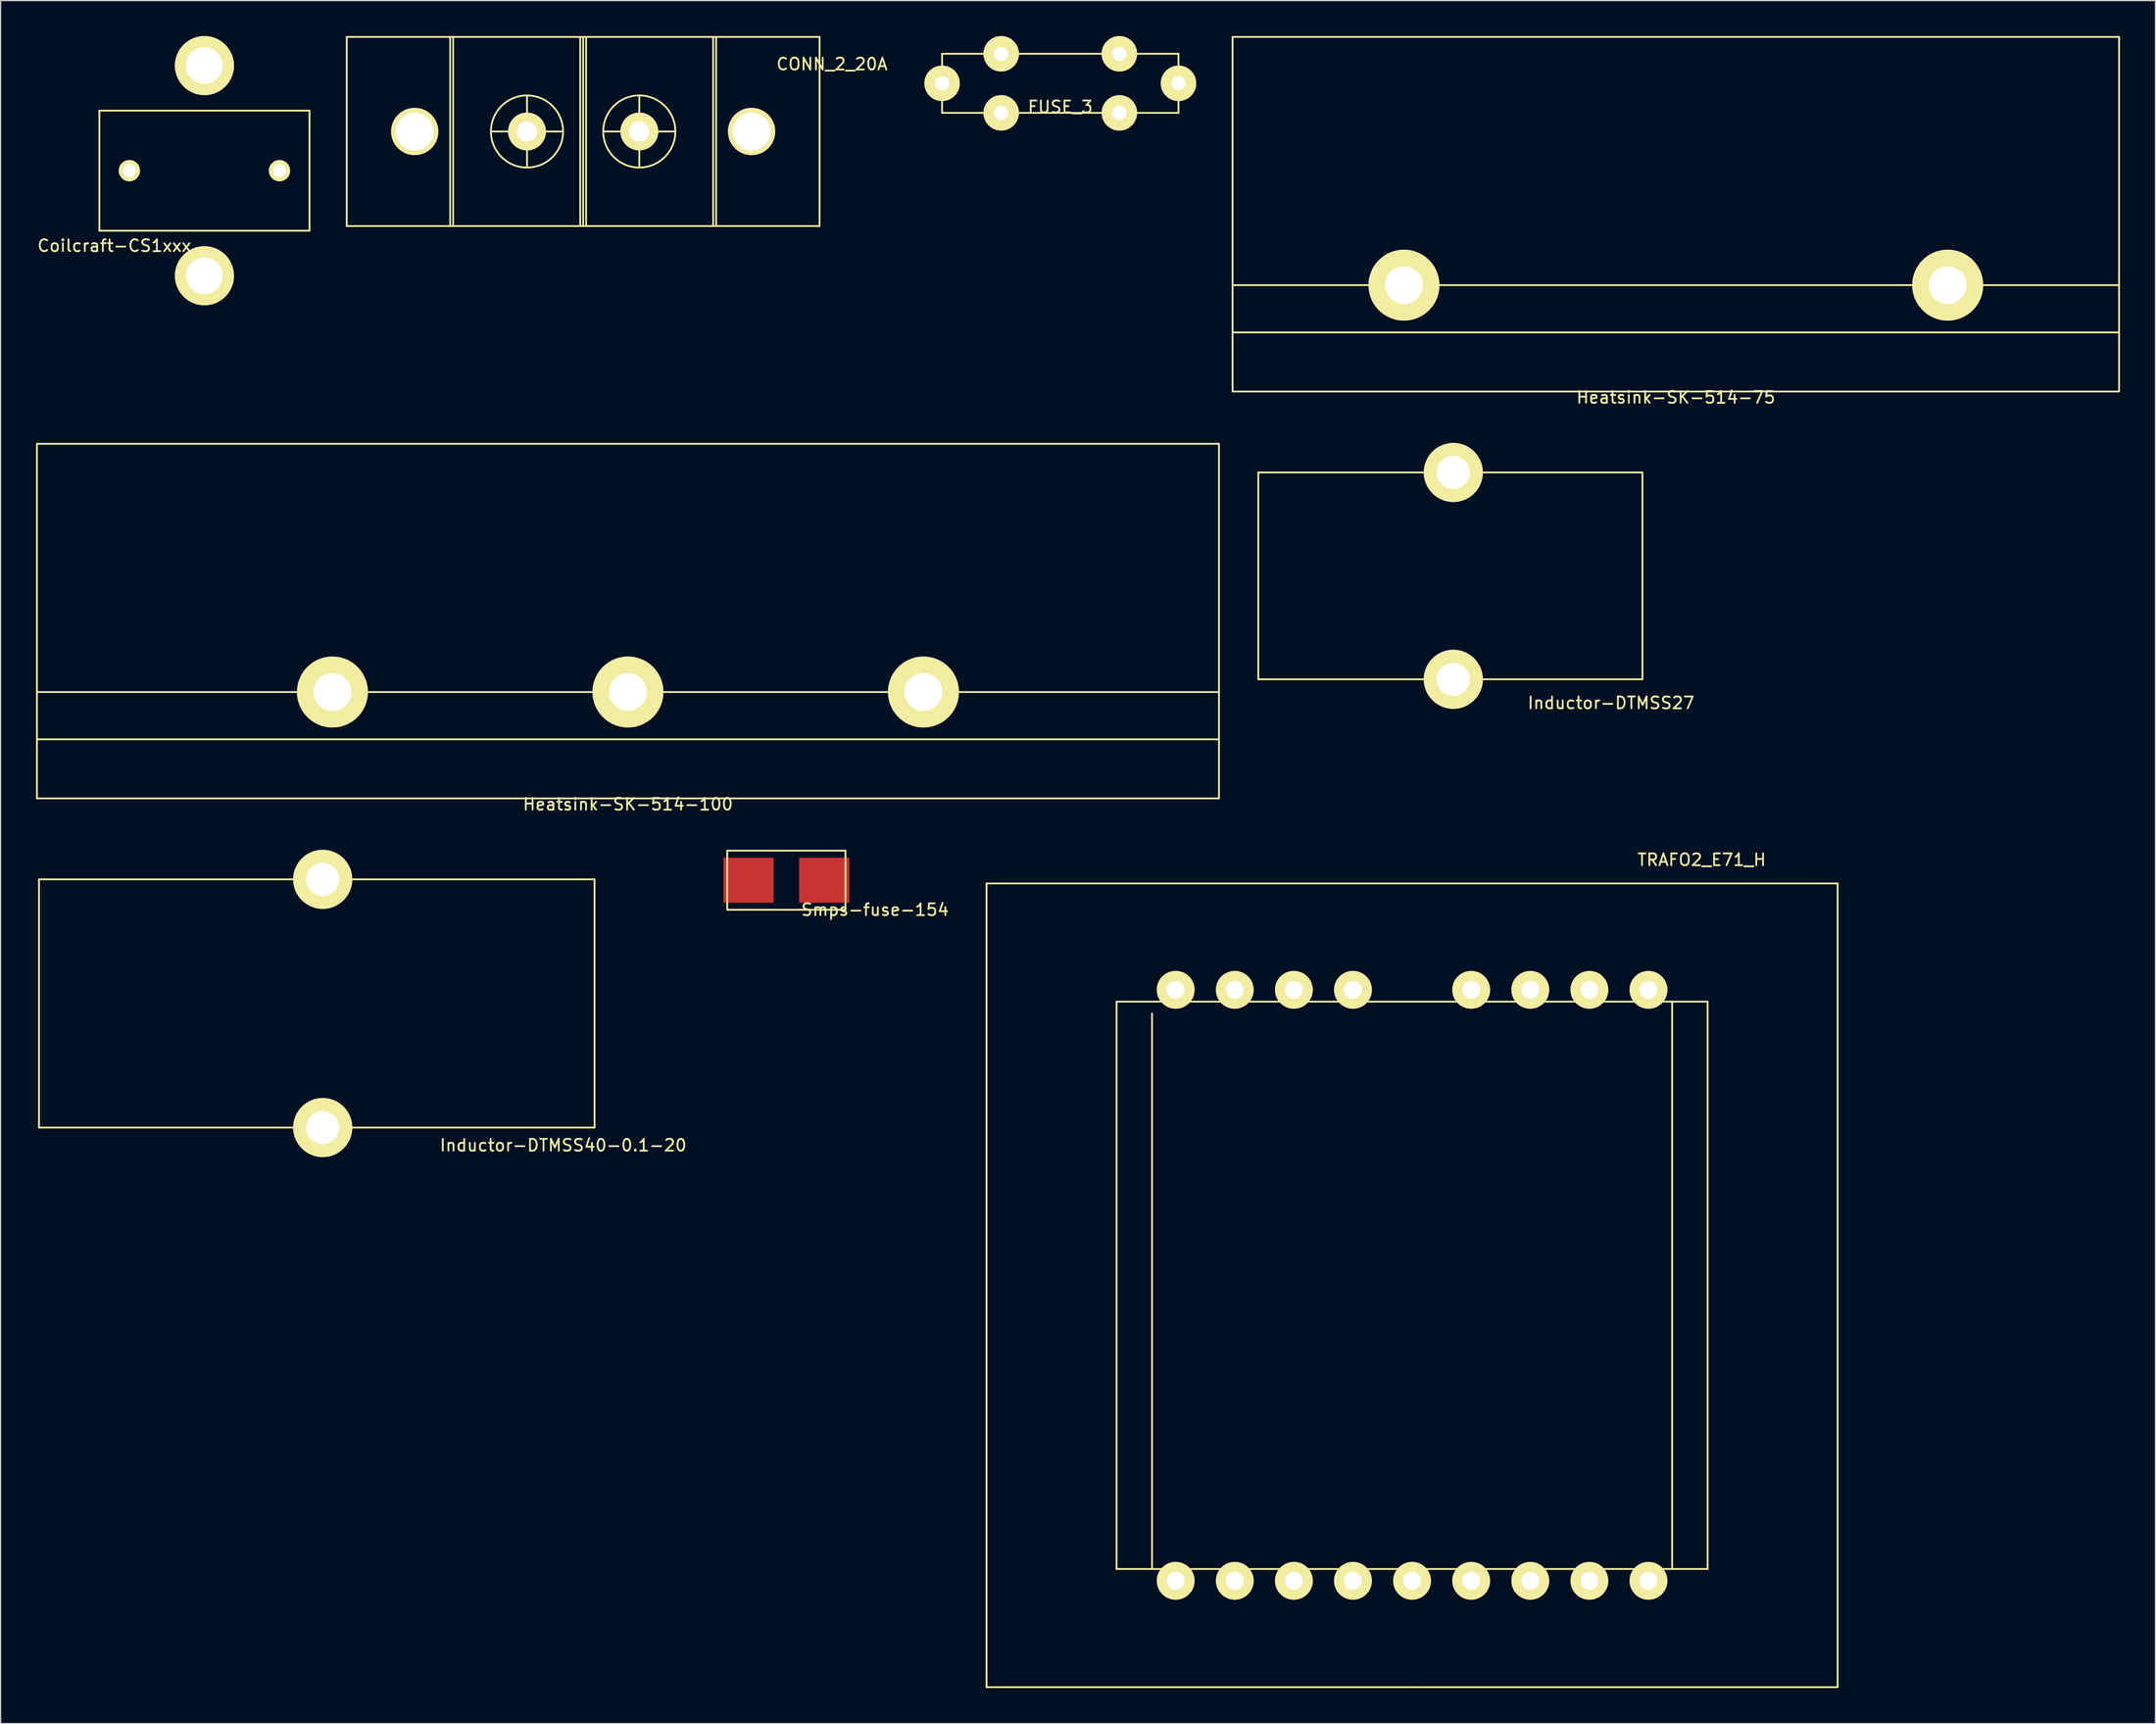
<source format=kicad_pcb>
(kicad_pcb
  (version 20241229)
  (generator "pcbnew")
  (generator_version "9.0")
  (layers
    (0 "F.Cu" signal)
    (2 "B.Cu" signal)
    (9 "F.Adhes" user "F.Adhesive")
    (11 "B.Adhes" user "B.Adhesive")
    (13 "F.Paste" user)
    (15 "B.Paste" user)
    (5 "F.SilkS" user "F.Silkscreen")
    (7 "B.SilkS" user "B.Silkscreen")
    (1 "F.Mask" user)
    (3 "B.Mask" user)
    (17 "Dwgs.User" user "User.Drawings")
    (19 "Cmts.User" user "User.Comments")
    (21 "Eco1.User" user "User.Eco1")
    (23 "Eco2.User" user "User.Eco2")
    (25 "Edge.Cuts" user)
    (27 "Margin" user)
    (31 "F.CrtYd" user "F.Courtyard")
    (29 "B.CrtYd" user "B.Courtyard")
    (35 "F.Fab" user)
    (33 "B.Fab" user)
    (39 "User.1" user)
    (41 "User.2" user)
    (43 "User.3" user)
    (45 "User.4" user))
  (footprint "TRAFO2_E71_H"
    (layer "F.Cu")
    (at 116.412 105.695)
    (property "Reference" "TRAFO2_E71_H" (at 24.5 -36 0) (layer "F.SilkS") (effects (font (size 1 1) (thickness 0.15))))
    (attr through_hole)
    (fp_line (start -36 -34) (end 36 -34) (stroke (width 0.15) (type solid)) (layer "F.SilkS"))
    (fp_line (start -36 34) (end -36 -34) (stroke (width 0.15) (type solid)) (layer "F.SilkS"))
    (fp_line (start -35 34) (end -36 34) (stroke (width 0.15) (type solid)) (layer "F.SilkS"))
    (fp_line (start -25 -24) (end -25 24) (stroke (width 0.15) (type solid)) (layer "F.SilkS"))
    (fp_line (start -25 24) (end 25 24) (stroke (width 0.15) (type solid)) (layer "F.SilkS"))
    (fp_line (start -22 -23) (end -22 24) (stroke (width 0.15) (type solid)) (layer "F.SilkS"))
    (fp_line (start 0 34) (end -35 34) (stroke (width 0.15) (type solid)) (layer "F.SilkS"))
    (fp_line (start 22 -24) (end 22 24) (stroke (width 0.15) (type solid)) (layer "F.SilkS"))
    (fp_line (start 25 -24) (end -25 -24) (stroke (width 0.15) (type solid)) (layer "F.SilkS"))
    (fp_line (start 25 24) (end 25 -24) (stroke (width 0.15) (type solid)) (layer "F.SilkS"))
    (fp_line (start 36 -34) (end 36 34) (stroke (width 0.15) (type solid)) (layer "F.SilkS"))
    (fp_line (start 36 34) (end 0 34) (stroke (width 0.15) (type solid)) (layer "F.SilkS"))
    (pad "1" thru_hole circle (at 10 25) (size 3.2 3.2) (drill 1.5) (layers "*.Cu" "*.Mask" "F.SilkS"))
    (pad "1" thru_hole circle (at 15 25) (size 3.2 3.2) (drill 1.5) (layers "*.Cu" "*.Mask" "F.SilkS"))
    (pad "1" thru_hole circle (at 20 25) (size 3.2 3.2) (drill 1.5) (layers "*.Cu" "*.Mask" "F.SilkS"))
    (pad "2" thru_hole circle (at -5 25) (size 3.2 3.2) (drill 1.5) (layers "*.Cu" "*.Mask" "F.SilkS"))
    (pad "2" thru_hole circle (at 0 25) (size 3.2 3.2) (drill 1.5) (layers "*.Cu" "*.Mask" "F.SilkS"))
    (pad "2" thru_hole circle (at 5 25) (size 3.2 3.2) (drill 1.5) (layers "*.Cu" "*.Mask" "F.SilkS"))
    (pad "3" thru_hole circle (at -20 25) (size 3.2 3.2) (drill 1.5) (layers "*.Cu" "*.Mask" "F.SilkS"))
    (pad "3" thru_hole circle (at -15 25) (size 3.2 3.2) (drill 1.5) (layers "*.Cu" "*.Mask" "F.SilkS"))
    (pad "3" thru_hole circle (at -10 25) (size 3.2 3.2) (drill 1.5) (layers "*.Cu" "*.Mask" "F.SilkS"))
    (pad "4" thru_hole circle (at -20 -25) (size 3.2 3.2) (drill 1.5) (layers "*.Cu" "*.Mask" "F.SilkS"))
    (pad "4" thru_hole circle (at -15 -25) (size 3.2 3.2) (drill 1.5) (layers "*.Cu" "*.Mask" "F.SilkS"))
    (pad "4" thru_hole circle (at -10 -25) (size 3.2 3.2) (drill 1.5) (layers "*.Cu" "*.Mask" "F.SilkS"))
    (pad "4" thru_hole circle (at -5 -25) (size 3.2 3.2) (drill 1.5) (layers "*.Cu" "*.Mask" "F.SilkS"))
    (pad "5" thru_hole circle (at 5 -25) (size 3.2 3.2) (drill 1.5) (layers "*.Cu" "*.Mask" "F.SilkS"))
    (pad "5" thru_hole circle (at 10 -25) (size 3.2 3.2) (drill 1.5) (layers "*.Cu" "*.Mask" "F.SilkS"))
    (pad "5" thru_hole circle (at 15 -25) (size 3.2 3.2) (drill 1.5) (layers "*.Cu" "*.Mask" "F.SilkS"))
    (pad "5" thru_hole circle (at 20 -25) (size 3.2 3.2) (drill 1.5) (layers "*.Cu" "*.Mask" "F.SilkS")))
  (footprint "Heatsink-SK-514-100"
    (layer "F.Cu")
    (at 50.075 64.498)
    (property "Reference" "Heatsink-SK-514-100" (at 0 0.5 0) (layer "F.SilkS") (effects (font (size 1 1) (thickness 0.15))))
    (attr through_hole)
    (fp_line (start -50 -30) (end -50 0) (stroke (width 0.15) (type solid)) (layer "F.SilkS"))
    (fp_line (start -50 -9) (end 50 -9) (stroke (width 0.15) (type solid)) (layer "F.SilkS"))
    (fp_line (start -50 -5) (end 50 -5) (stroke (width 0.15) (type solid)) (layer "F.SilkS"))
    (fp_line (start -50 0) (end 50 0) (stroke (width 0.15) (type solid)) (layer "F.SilkS"))
    (fp_line (start 50 -30) (end -50 -30) (stroke (width 0.15) (type solid)) (layer "F.SilkS"))
    (fp_line (start 50 0) (end 50 -30) (stroke (width 0.15) (type solid)) (layer "F.SilkS"))
    (pad "1" thru_hole circle (at 25 -9) (size 6 6) (drill 3.2) (layers "*.Cu" "*.Mask" "F.SilkS"))
    (pad "2" thru_hole circle (at 0 -9) (size 6 6) (drill 3.2) (layers "*.Cu" "*.Mask" "F.SilkS"))
    (pad "3" thru_hole circle (at -25 -9) (size 6 6) (drill 3.2) (layers "*.Cu" "*.Mask" "F.SilkS")))
  (footprint "Coilcraft-CS1xxx"
    (layer "F.Cu")
    (at 14.245 11.39)
    (property "Reference" "Coilcraft-CS1xxx" (at -7.62 6.35 0) (layer "F.SilkS") (effects (font (size 1 1) (thickness 0.15))))
    (attr through_hole)
    (fp_line (start -8.89 -5.08) (end -8.89 5.08) (stroke (width 0.15) (type solid)) (layer "F.SilkS"))
    (fp_line (start -8.89 5.08) (end 8.89 5.08) (stroke (width 0.15) (type solid)) (layer "F.SilkS"))
    (fp_line (start 8.89 -5.08) (end -8.89 -5.08) (stroke (width 0.15) (type solid)) (layer "F.SilkS"))
    (fp_line (start 8.89 0) (end 8.89 -5.08) (stroke (width 0.15) (type solid)) (layer "F.SilkS"))
    (fp_line (start 8.89 5.08) (end 8.89 0) (stroke (width 0.15) (type solid)) (layer "F.SilkS"))
    (pad "1" thru_hole circle (at 0 -8.89) (size 5 5) (drill 3.1) (layers "*.Cu" "*.Mask" "F.SilkS"))
    (pad "2" thru_hole circle (at 0 8.89) (size 5 5) (drill 3.1) (layers "*.Cu" "*.Mask" "F.SilkS"))
    (pad "3" thru_hole circle (at -6.35 0) (size 1.8 1.8) (drill 1.1) (layers "*.Cu" "*.Mask" "F.SilkS"))
    (pad "4" thru_hole circle (at 6.35 0) (size 1.8 1.8) (drill 1.1) (layers "*.Cu" "*.Mask" "F.SilkS")))
  (footprint "CONN_2_20A"
    (layer "F.Cu")
    (at 46.285 8.075)
    (property "Reference" "CONN_2_20A" (at 21.05 -5.7 0) (layer "F.SilkS") (effects (font (size 1 1) (thickness 0.15))))
    (attr through_hole)
    (fp_line (start -20 -8) (end -20 8) (stroke (width 0.15) (type solid)) (layer "F.SilkS"))
    (fp_line (start -20 8) (end 20 8) (stroke (width 0.15) (type solid)) (layer "F.SilkS"))
    (fp_line (start -11.25 -8) (end -11.25 8) (stroke (width 0.15) (type solid)) (layer "F.SilkS"))
    (fp_line (start -11 -8) (end -11 8) (stroke (width 0.15) (type solid)) (layer "F.SilkS"))
    (fp_line (start -7.75 0) (end -1.75 0) (stroke (width 0.15) (type solid)) (layer "F.SilkS"))
    (fp_line (start -4.75 -3) (end -4.75 3) (stroke (width 0.15) (type solid)) (layer "F.SilkS"))
    (fp_line (start -0.25 -8) (end -0.25 8) (stroke (width 0.15) (type solid)) (layer "F.SilkS"))
    (fp_line (start 0 8) (end 0 -8) (stroke (width 0.15) (type solid)) (layer "F.SilkS"))
    (fp_line (start 0.25 8) (end 0.25 -8) (stroke (width 0.15) (type solid)) (layer "F.SilkS"))
    (fp_line (start 1.75 0) (end 7.75 0) (stroke (width 0.15) (type solid)) (layer "F.SilkS"))
    (fp_line (start 4.75 -3) (end 4.75 3) (stroke (width 0.15) (type solid)) (layer "F.SilkS"))
    (fp_line (start 11 -7.75) (end 11 -8) (stroke (width 0.15) (type solid)) (layer "F.SilkS"))
    (fp_line (start 11 -7.75) (end 11 8) (stroke (width 0.15) (type solid)) (layer "F.SilkS"))
    (fp_line (start 11.25 8) (end 11.25 -8) (stroke (width 0.15) (type solid)) (layer "F.SilkS"))
    (fp_line (start 20 -8) (end -20 -8) (stroke (width 0.15) (type solid)) (layer "F.SilkS"))
    (fp_line (start 20 8) (end 20 -8) (stroke (width 0.15) (type solid)) (layer "F.SilkS"))
    (fp_circle (center -4.75 0) (end -3 2.5) (stroke (width 0.15) (type solid)) (fill no) (layer "F.SilkS"))
    (fp_circle (center 4.75 0) (end 6.5 2.5) (stroke (width 0.15) (type solid)) (fill no) (layer "F.SilkS"))
    (pad "" np_thru_hole circle (at -14.25 0) (size 4 4) (drill 3.2) (layers "*.Cu" "*.Mask" "F.SilkS"))
    (pad "" np_thru_hole circle (at 14.25 0) (size 4 4) (drill 3.2) (layers "*.Cu" "*.Mask" "F.SilkS"))
    (pad "1" thru_hole circle (at -4.75 0) (size 3.2 3.2) (drill 1.7) (layers "*.Cu" "*.Mask" "F.SilkS"))
    (pad "2" thru_hole circle (at 4.75 0) (size 3.2 3.2) (drill 1.7) (layers "*.Cu" "*.Mask" "F.SilkS")))
  (footprint "Inductor-DTMSS27"
    (layer "F.Cu")
    (at 103.4 54.423)
    (property "Reference" "Inductor-DTMSS27" (at 29.85 2 0) (layer "F.SilkS") (effects (font (size 1 1) (thickness 0.15))))
    (attr through_hole)
    (fp_line (start 0 -17.5) (end 0 0) (stroke (width 0.15) (type solid)) (layer "F.SilkS"))
    (fp_line (start 0 0) (end 32.5 0) (stroke (width 0.15) (type solid)) (layer "F.SilkS"))
    (fp_line (start 32.5 -17.5) (end 0 -17.5) (stroke (width 0.15) (type solid)) (layer "F.SilkS"))
    (fp_line (start 32.5 0) (end 32.5 -17.5) (stroke (width 0.15) (type solid)) (layer "F.SilkS"))
    (pad "1" thru_hole circle (at 16.5 0) (size 5 5) (drill 2.8) (layers "*.Cu" "*.Mask" "F.SilkS"))
    (pad "2" thru_hole circle (at 16.5 -17.5) (size 5 5) (drill 2.8) (layers "*.Cu" "*.Mask" "F.SilkS")))
  (footprint "Smps-fuse-154"
    (layer "F.Cu")
    (at 63.474 71.421)
    (property "Reference" "Smps-fuse-154" (at 7.5 2.5 0) (layer "F.SilkS") (effects (font (size 1 1) (thickness 0.15))))
    (attr through_hole)
    (fp_line (start -5 -2.5) (end 5 -2.5) (stroke (width 0.15) (type solid)) (layer "F.SilkS"))
    (fp_line (start -5 2.5) (end -5 -2.5) (stroke (width 0.15) (type solid)) (layer "F.SilkS"))
    (fp_line (start 5 -2.5) (end 5 2.5) (stroke (width 0.15) (type solid)) (layer "F.SilkS"))
    (fp_line (start 5 2.5) (end -5 2.5) (stroke (width 0.15) (type solid)) (layer "F.SilkS"))
    (pad "1" smd rect (at -3.2 0) (size 4.24 3.81) (layers "F.Cu" "F.Mask" "F.Paste"))
    (pad "2" smd rect (at 3.2 0) (size 4.24 3.81) (layers "F.Cu" "F.Mask" "F.Paste")))
  (footprint "Inductor-DTMSS40-0.1-20"
    (layer "F.Cu")
    (at 0.25 92.347)
    (property "Reference" "Inductor-DTMSS40-0.1-20" (at 44.35 1.5 0) (layer "F.SilkS") (effects (font (size 1 1) (thickness 0.15))))
    (attr through_hole)
    (fp_line (start 0 -21) (end 0 0) (stroke (width 0.15) (type solid)) (layer "F.SilkS"))
    (fp_line (start 0 0) (end 47 0) (stroke (width 0.15) (type solid)) (layer "F.SilkS"))
    (fp_line (start 47 -21) (end 0 -21) (stroke (width 0.15) (type solid)) (layer "F.SilkS"))
    (fp_line (start 47 0) (end 47 -21) (stroke (width 0.15) (type solid)) (layer "F.SilkS"))
    (pad "1" thru_hole circle (at 24 0) (size 5 5) (drill 2.8) (layers "*.Cu" "*.Mask" "F.SilkS"))
    (pad "2" thru_hole circle (at 24 -21) (size 5 5) (drill 2.8) (layers "*.Cu" "*.Mask" "F.SilkS")))
  (footprint "Heatsink-SK-514-75"
    (layer "F.Cu")
    (at 138.725 30.075)
    (property "Reference" "Heatsink-SK-514-75" (at 0 0.5 0) (layer "F.SilkS") (effects (font (size 1 1) (thickness 0.15))))
    (attr through_hole)
    (fp_line (start -37.5 -30) (end -37.5 0) (stroke (width 0.15) (type solid)) (layer "F.SilkS"))
    (fp_line (start -37.5 -9) (end 37.5 -9) (stroke (width 0.15) (type solid)) (layer "F.SilkS"))
    (fp_line (start -37.5 -5) (end 37.5 -5) (stroke (width 0.15) (type solid)) (layer "F.SilkS"))
    (fp_line (start -37.5 0) (end 37.5 0) (stroke (width 0.15) (type solid)) (layer "F.SilkS"))
    (fp_line (start 37.5 -30) (end -37.5 -30) (stroke (width 0.15) (type solid)) (layer "F.SilkS"))
    (fp_line (start 37.5 0) (end 37.5 -30) (stroke (width 0.15) (type solid)) (layer "F.SilkS"))
    (pad "1" thru_hole circle (at 23 -9) (size 6 6) (drill 3.2) (layers "*.Cu" "*.Mask" "F.SilkS"))
    (pad "2" thru_hole circle (at -23 -9) (size 6 6) (drill 3.2) (layers "*.Cu" "*.Mask" "F.SilkS")))
  (footprint "FUSE_3"
    (layer "F.Cu")
    (at 86.65 4)
    (property "Reference" "FUSE_3" (at 0 2 0) (layer "F.SilkS") (effects (font (size 1 1) (thickness 0.15))))
    (attr through_hole)
    (fp_line (start -10 -2.5) (end 10 -2.5) (stroke (width 0.15) (type solid)) (layer "F.SilkS"))
    (fp_line (start -10 2.5) (end -10 -2.5) (stroke (width 0.15) (type solid)) (layer "F.SilkS"))
    (fp_line (start 10 -2.5) (end 10 2.5) (stroke (width 0.15) (type solid)) (layer "F.SilkS"))
    (fp_line (start 10 2.5) (end -10 2.5) (stroke (width 0.15) (type solid)) (layer "F.SilkS"))
    (pad "1" thru_hole circle (at -10 0) (size 3 3) (drill 1.2) (layers "*.Cu" "*.Mask" "F.SilkS"))
    (pad "1" thru_hole circle (at -5 -2.5) (size 3 3) (drill 1.2) (layers "*.Cu" "*.Mask" "F.SilkS"))
    (pad "1" thru_hole circle (at -5 2.5) (size 3 3) (drill 1.2) (layers "*.Cu" "*.Mask" "F.SilkS"))
    (pad "2" thru_hole circle (at 5 -2.5) (size 3 3) (drill 1.2) (layers "*.Cu" "*.Mask" "F.SilkS"))
    (pad "2" thru_hole circle (at 5 2.5) (size 3 3) (drill 1.2) (layers "*.Cu" "*.Mask" "F.SilkS"))
    (pad "2" thru_hole circle (at 10 0) (size 3 3) (drill 1.2) (layers "*.Cu" "*.Mask" "F.SilkS")))
  (gr_rect
    (start -3 -3)
    (end 179.3 142.77)
    (stroke (width 0.1) (type default))
    (fill no)
    (layer "Edge.Cuts")))
</source>
